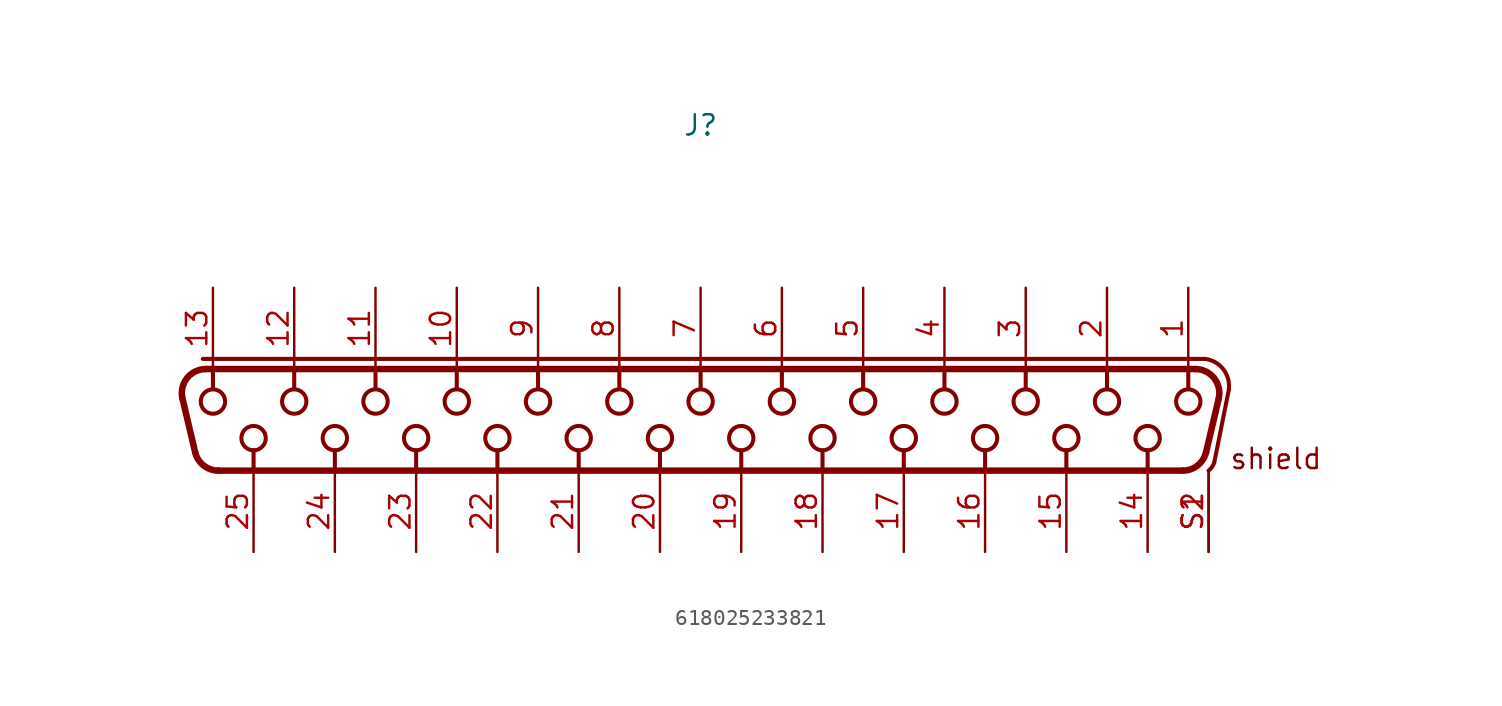
<source format=kicad_sym>
(kicad_symbol_lib
  (version 20241209)
  (generator "kicad_symbol_editor")
  (generator_version "9.0")
  (symbol "618025233821"
    (pin_names
      (hide yes))
    (property "Reference" "J"
      (at 0 17.78 0)
      (effects (font (size 1.27 1.27))))
    (symbol "618025233821_1_0"
      (polyline (pts (xy -31.593 -2.655) (xy -32.384 0.695)) (stroke (width 0.406) (type solid)) (fill (type none)))
      (polyline (pts (xy -31.115 3.175) (xy 31.52 3.175)) (stroke (width 0.254) (type solid)) (fill (type none)))
      (polyline (pts (xy -30.924 2.54) (xy 30.924 2.54)) (stroke (width 0.406) (type solid)) (fill (type none)))
      (arc (start -32.3842 0.695) (mid -32.1007 1.9707) (end -30.9243 2.54) (stroke (width 0.4064) (type solid)) (fill (type none)))
      (polyline (pts (xy -30.48 2.58) (xy -30.48 1.3)) (stroke (width 0.254) (type solid)) (fill (type none)))
      (circle (center -30.48 0.508) (radius 0.762) (stroke (width 0.254) (type solid)) (fill (type none)))
      (arc (start -30.133 -3.81) (mid -31.0638 -3.4862) (end -31.5928 -2.6547) (stroke (width 0.4064) (type solid)) (fill (type none)))
      (circle (center -27.94 -1.778) (radius 0.762) (stroke (width 0.254) (type solid)) (fill (type none)))
      (polyline (pts (xy -27.94 -2.54) (xy -27.94 -3.82)) (stroke (width 0.254) (type solid)) (fill (type none)))
      (polyline (pts (xy -25.4 2.58) (xy -25.4 1.3)) (stroke (width 0.254) (type solid)) (fill (type none)))
      (circle (center -25.4 0.508) (radius 0.762) (stroke (width 0.254) (type solid)) (fill (type none)))
      (circle (center -22.86 -1.778) (radius 0.762) (stroke (width 0.254) (type solid)) (fill (type none)))
      (polyline (pts (xy -22.86 -2.54) (xy -22.86 -3.82)) (stroke (width 0.254) (type solid)) (fill (type none)))
      (polyline (pts (xy -20.32 2.58) (xy -20.32 1.3)) (stroke (width 0.254) (type solid)) (fill (type none)))
      (circle (center -20.32 0.508) (radius 0.762) (stroke (width 0.254) (type solid)) (fill (type none)))
      (circle (center -17.78 -1.778) (radius 0.762) (stroke (width 0.254) (type solid)) (fill (type none)))
      (polyline (pts (xy -17.78 -2.54) (xy -17.78 -3.82)) (stroke (width 0.254) (type solid)) (fill (type none)))
      (polyline (pts (xy -15.24 2.58) (xy -15.24 1.3)) (stroke (width 0.254) (type solid)) (fill (type none)))
      (circle (center -15.24 0.508) (radius 0.762) (stroke (width 0.254) (type solid)) (fill (type none)))
      (circle (center -12.7 -1.778) (radius 0.762) (stroke (width 0.254) (type solid)) (fill (type none)))
      (polyline (pts (xy -12.7 -2.54) (xy -12.7 -3.82)) (stroke (width 0.254) (type solid)) (fill (type none)))
      (polyline (pts (xy -10.16 2.58) (xy -10.16 1.3)) (stroke (width 0.254) (type solid)) (fill (type none)))
      (circle (center -10.16 0.508) (radius 0.762) (stroke (width 0.254) (type solid)) (fill (type none)))
      (circle (center -7.62 -1.778) (radius 0.762) (stroke (width 0.254) (type solid)) (fill (type none)))
      (polyline (pts (xy -7.62 -2.54) (xy -7.62 -3.82)) (stroke (width 0.254) (type solid)) (fill (type none)))
      (polyline (pts (xy -5.08 2.58) (xy -5.08 1.3)) (stroke (width 0.254) (type solid)) (fill (type none)))
      (circle (center -5.08 0.508) (radius 0.762) (stroke (width 0.254) (type solid)) (fill (type none)))
      (circle (center -2.54 -1.778) (radius 0.762) (stroke (width 0.254) (type solid)) (fill (type none)))
      (polyline (pts (xy -2.54 -2.54) (xy -2.54 -3.82)) (stroke (width 0.254) (type solid)) (fill (type none)))
      (polyline (pts (xy 0 2.58) (xy 0 1.3)) (stroke (width 0.254) (type solid)) (fill (type none)))
      (circle (center 0 0.508) (radius 0.762) (stroke (width 0.254) (type solid)) (fill (type none)))
      (circle (center 2.54 -1.778) (radius 0.762) (stroke (width 0.254) (type solid)) (fill (type none)))
      (polyline (pts (xy 2.54 -2.54) (xy 2.54 -3.82)) (stroke (width 0.254) (type solid)) (fill (type none)))
      (polyline (pts (xy 5.08 2.58) (xy 5.08 1.3)) (stroke (width 0.254) (type solid)) (fill (type none)))
      (circle (center 5.08 0.508) (radius 0.762) (stroke (width 0.254) (type solid)) (fill (type none)))
      (circle (center 7.62 -1.778) (radius 0.762) (stroke (width 0.254) (type solid)) (fill (type none)))
      (polyline (pts (xy 7.62 -2.54) (xy 7.62 -3.82)) (stroke (width 0.254) (type solid)) (fill (type none)))
      (polyline (pts (xy 10.16 2.58) (xy 10.16 1.3)) (stroke (width 0.254) (type solid)) (fill (type none)))
      (circle (center 10.16 0.508) (radius 0.762) (stroke (width 0.254) (type solid)) (fill (type none)))
      (circle (center 12.7 -1.778) (radius 0.762) (stroke (width 0.254) (type solid)) (fill (type none)))
      (polyline (pts (xy 12.7 -2.54) (xy 12.7 -3.82)) (stroke (width 0.254) (type solid)) (fill (type none)))
      (polyline (pts (xy 15.24 2.58) (xy 15.24 1.3)) (stroke (width 0.254) (type solid)) (fill (type none)))
      (circle (center 15.24 0.508) (radius 0.762) (stroke (width 0.254) (type solid)) (fill (type none)))
      (circle (center 17.78 -1.778) (radius 0.762) (stroke (width 0.254) (type solid)) (fill (type none)))
      (polyline (pts (xy 17.78 -2.54) (xy 17.78 -3.82)) (stroke (width 0.254) (type solid)) (fill (type none)))
      (polyline (pts (xy 20.32 2.58) (xy 20.32 1.3)) (stroke (width 0.254) (type solid)) (fill (type none)))
      (circle (center 20.32 0.508) (radius 0.762) (stroke (width 0.254) (type solid)) (fill (type none)))
      (circle (center 22.86 -1.778) (radius 0.762) (stroke (width 0.254) (type solid)) (fill (type none)))
      (polyline (pts (xy 22.86 -2.54) (xy 22.86 -3.82)) (stroke (width 0.254) (type solid)) (fill (type none)))
      (polyline (pts (xy 25.4 2.58) (xy 25.4 1.3)) (stroke (width 0.254) (type solid)) (fill (type none)))
      (circle (center 25.4 0.508) (radius 0.762) (stroke (width 0.254) (type solid)) (fill (type none)))
      (circle (center 27.94 -1.778) (radius 0.762) (stroke (width 0.254) (type solid)) (fill (type none)))
      (polyline (pts (xy 27.94 -2.54) (xy 27.94 -3.82)) (stroke (width 0.254) (type solid)) (fill (type none)))
      (arc (start 31.5928 -2.6548) (mid 31.0637 -3.4863) (end 30.1329 -3.81) (stroke (width 0.4064) (type solid)) (fill (type none)))
      (polyline (pts (xy 30.133 -3.81) (xy -30.133 -3.81)) (stroke (width 0.406) (type solid)) (fill (type none)))
      (polyline (pts (xy 30.48 2.58) (xy 30.48 1.3)) (stroke (width 0.254) (type solid)) (fill (type none)))
      (circle (center 30.48 0.508) (radius 0.762) (stroke (width 0.254) (type solid)) (fill (type none)))
      (arc (start 30.9243 2.54) (mid 32.1007 1.9707) (end 32.3842 0.695) (stroke (width 0.4064) (type solid)) (fill (type none)))
      (arc (start 32.1039 -3.3037) (mid 31.9648 -3.5833) (end 31.75 -3.81) (stroke (width 0.254) (type solid)) (fill (type none)))
      (arc (start 31.52 3.175) (mid 32.6664 2.5346) (end 33.02 1.27) (stroke (width 0.254) (type solid)) (fill (type none)))
      (polyline (pts (xy 32.104 -3.304) (xy 33.02 1.27)) (stroke (width 0.254) (type solid)) (fill (type none)))
      (polyline (pts (xy 32.384 0.695) (xy 31.593 -2.655)) (stroke (width 0.406) (type solid)) (fill (type none)))
      (text "shield" (at 33.02 -3.81 0) (effects (font (size 1.27 1.27)) (justify left bottom)))
      (pin passive line (at -30.48 7.62 270) (length 5.08) (name "13" (effects (font (size 1.27 1.27)))) (number "13" (effects (font (size 1.27 1.27)))))
      (pin passive line (at -27.94 -8.89 90) (length 5.08) (name "25" (effects (font (size 1.27 1.27)))) (number "25" (effects (font (size 1.27 1.27)))))
      (pin passive line (at -25.4 7.62 270) (length 5.08) (name "12" (effects (font (size 1.27 1.27)))) (number "12" (effects (font (size 1.27 1.27)))))
      (pin passive line (at -22.86 -8.89 90) (length 5.08) (name "24" (effects (font (size 1.27 1.27)))) (number "24" (effects (font (size 1.27 1.27)))))
      (pin passive line (at -20.32 7.62 270) (length 5.08) (name "11" (effects (font (size 1.27 1.27)))) (number "11" (effects (font (size 1.27 1.27)))))
      (pin passive line (at -17.78 -8.89 90) (length 5.08) (name "23" (effects (font (size 1.27 1.27)))) (number "23" (effects (font (size 1.27 1.27)))))
      (pin passive line (at -15.24 7.62 270) (length 5.08) (name "10" (effects (font (size 1.27 1.27)))) (number "10" (effects (font (size 1.27 1.27)))))
      (pin passive line (at -12.7 -8.89 90) (length 5.08) (name "22" (effects (font (size 1.27 1.27)))) (number "22" (effects (font (size 1.27 1.27)))))
      (pin passive line (at -10.16 7.62 270) (length 5.08) (name "9" (effects (font (size 1.27 1.27)))) (number "9" (effects (font (size 1.27 1.27)))))
      (pin passive line (at -7.62 -8.89 90) (length 5.08) (name "21" (effects (font (size 1.27 1.27)))) (number "21" (effects (font (size 1.27 1.27)))))
      (pin passive line (at -5.08 7.62 270) (length 5.08) (name "8" (effects (font (size 1.27 1.27)))) (number "8" (effects (font (size 1.27 1.27)))))
      (pin passive line (at -2.54 -8.89 90) (length 5.08) (name "20" (effects (font (size 1.27 1.27)))) (number "20" (effects (font (size 1.27 1.27)))))
      (pin passive line (at 0 7.62 270) (length 5.08) (name "7" (effects (font (size 1.27 1.27)))) (number "7" (effects (font (size 1.27 1.27)))))
      (pin passive line (at 2.54 -8.89 90) (length 5.08) (name "19" (effects (font (size 1.27 1.27)))) (number "19" (effects (font (size 1.27 1.27)))))
      (pin passive line (at 5.08 7.62 270) (length 5.08) (name "6" (effects (font (size 1.27 1.27)))) (number "6" (effects (font (size 1.27 1.27)))))
      (pin passive line (at 7.62 -8.89 90) (length 5.08) (name "18" (effects (font (size 1.27 1.27)))) (number "18" (effects (font (size 1.27 1.27)))))
      (pin passive line (at 10.16 7.62 270) (length 5.08) (name "5" (effects (font (size 1.27 1.27)))) (number "5" (effects (font (size 1.27 1.27)))))
      (pin passive line (at 12.7 -8.89 90) (length 5.08) (name "17" (effects (font (size 1.27 1.27)))) (number "17" (effects (font (size 1.27 1.27)))))
      (pin passive line (at 15.24 7.62 270) (length 5.08) (name "4" (effects (font (size 1.27 1.27)))) (number "4" (effects (font (size 1.27 1.27)))))
      (pin passive line (at 17.78 -8.89 90) (length 5.08) (name "16" (effects (font (size 1.27 1.27)))) (number "16" (effects (font (size 1.27 1.27)))))
      (pin passive line (at 20.32 7.62 270) (length 5.08) (name "3" (effects (font (size 1.27 1.27)))) (number "3" (effects (font (size 1.27 1.27)))))
      (pin passive line (at 22.86 -8.89 90) (length 5.08) (name "15" (effects (font (size 1.27 1.27)))) (number "15" (effects (font (size 1.27 1.27)))))
      (pin passive line (at 25.4 7.62 270) (length 5.08) (name "2" (effects (font (size 1.27 1.27)))) (number "2" (effects (font (size 1.27 1.27)))))
      (pin passive line (at 27.94 -8.89 90) (length 5.08) (name "14" (effects (font (size 1.27 1.27)))) (number "14" (effects (font (size 1.27 1.27)))))
      (pin passive line (at 30.48 7.62 270) (length 5.08) (name "1" (effects (font (size 1.27 1.27)))) (number "1" (effects (font (size 1.27 1.27)))))
      (pin passive line (at 31.75 -8.89 90) (length 5.08) (name "SHIELD" (effects (font (size 1.27 1.27)))) (number "S1" (effects (font (size 1.27 1.27)))))
      (pin passive line (at 31.75 -8.89 90) (length 5.08) (name "SHIELD" (effects (font (size 1.27 1.27)))) (number "S2" (effects (font (size 1.27 1.27))))))))
</source>
